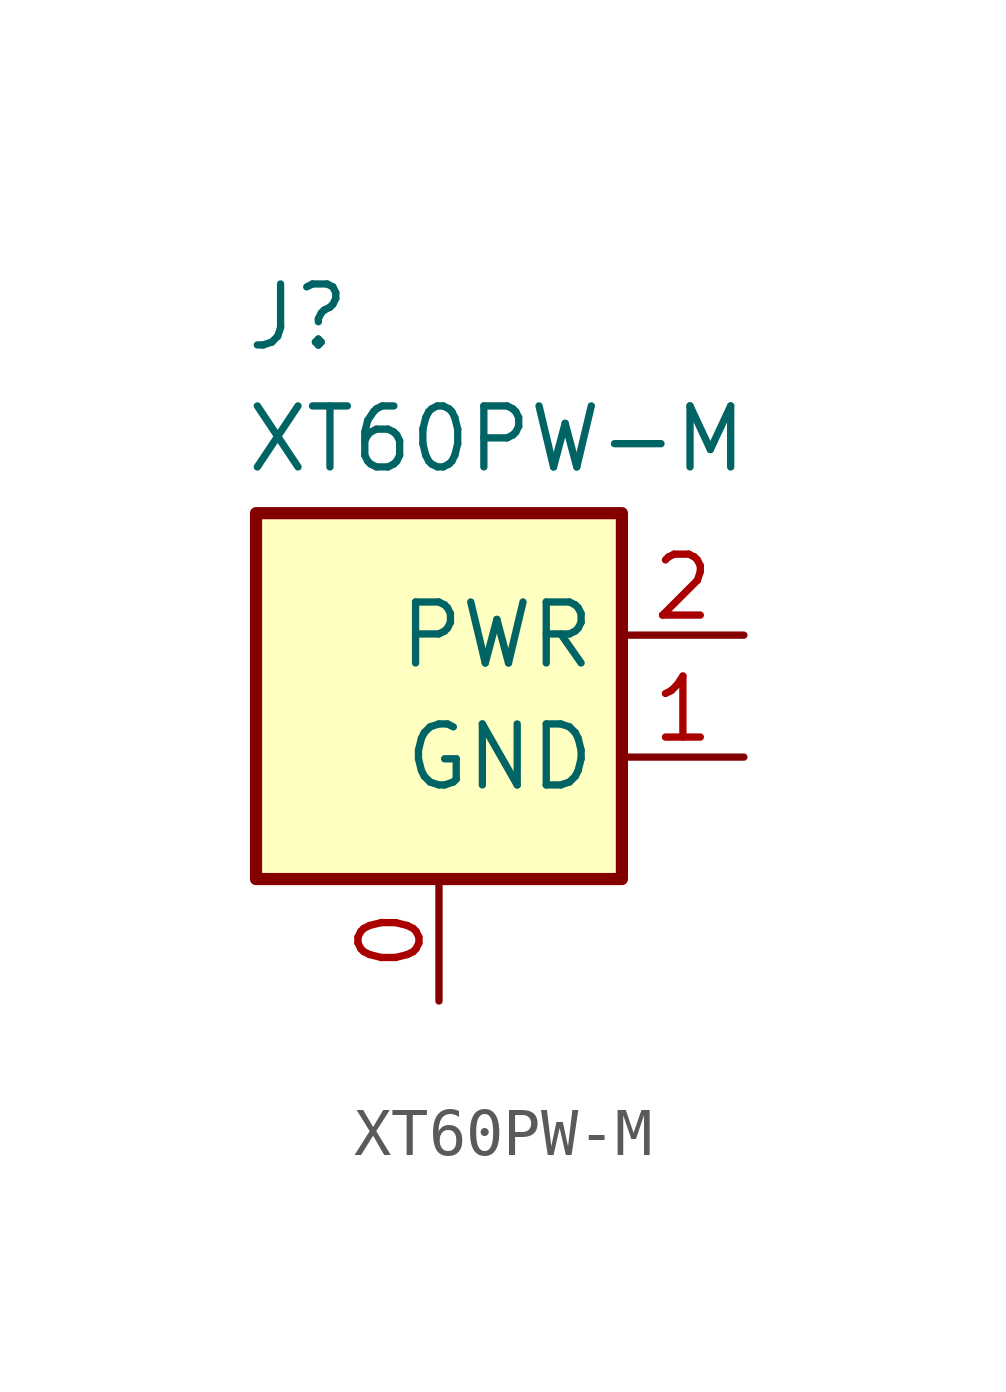
<source format=kicad_sym>
(kicad_symbol_lib
  (version 20241209)
  (generator "kicad_symbol_editor")
  (generator_version "9.0")
  (symbol "XT60PW-M"
    (property "Reference" "J"
      (at -0.254 8.636 0)
      (effects (font (size 1.27 1.27)) (justify left top)))
    (property "Value" "XT60PW-M"
      (at -0.254 6.096 0)
      (effects (font (size 1.27 1.27)) (justify left top)))
    (symbol "XT60PW-M_1_1"
      (rectangle (start 0 3.81) (end 7.62 -3.81) (stroke (width 0.254) (type default)) (fill (type background)))
      (pin input line (at 3.81 -6.35 90) (length 2.54) (name "" (effects (font (size 1.27 1.27)))) (number "0" (effects (font (size 1.27 1.27)))))
      (pin input line (at 10.16 1.27 180) (length 2.54) (name "PWR" (effects (font (size 1.27 1.27)))) (number "2" (effects (font (size 1.27 1.27)))))
      (pin input line (at 10.16 -1.27 180) (length 2.54) (name "GND" (effects (font (size 1.27 1.27)))) (number "1" (effects (font (size 1.27 1.27))))))))
</source>
